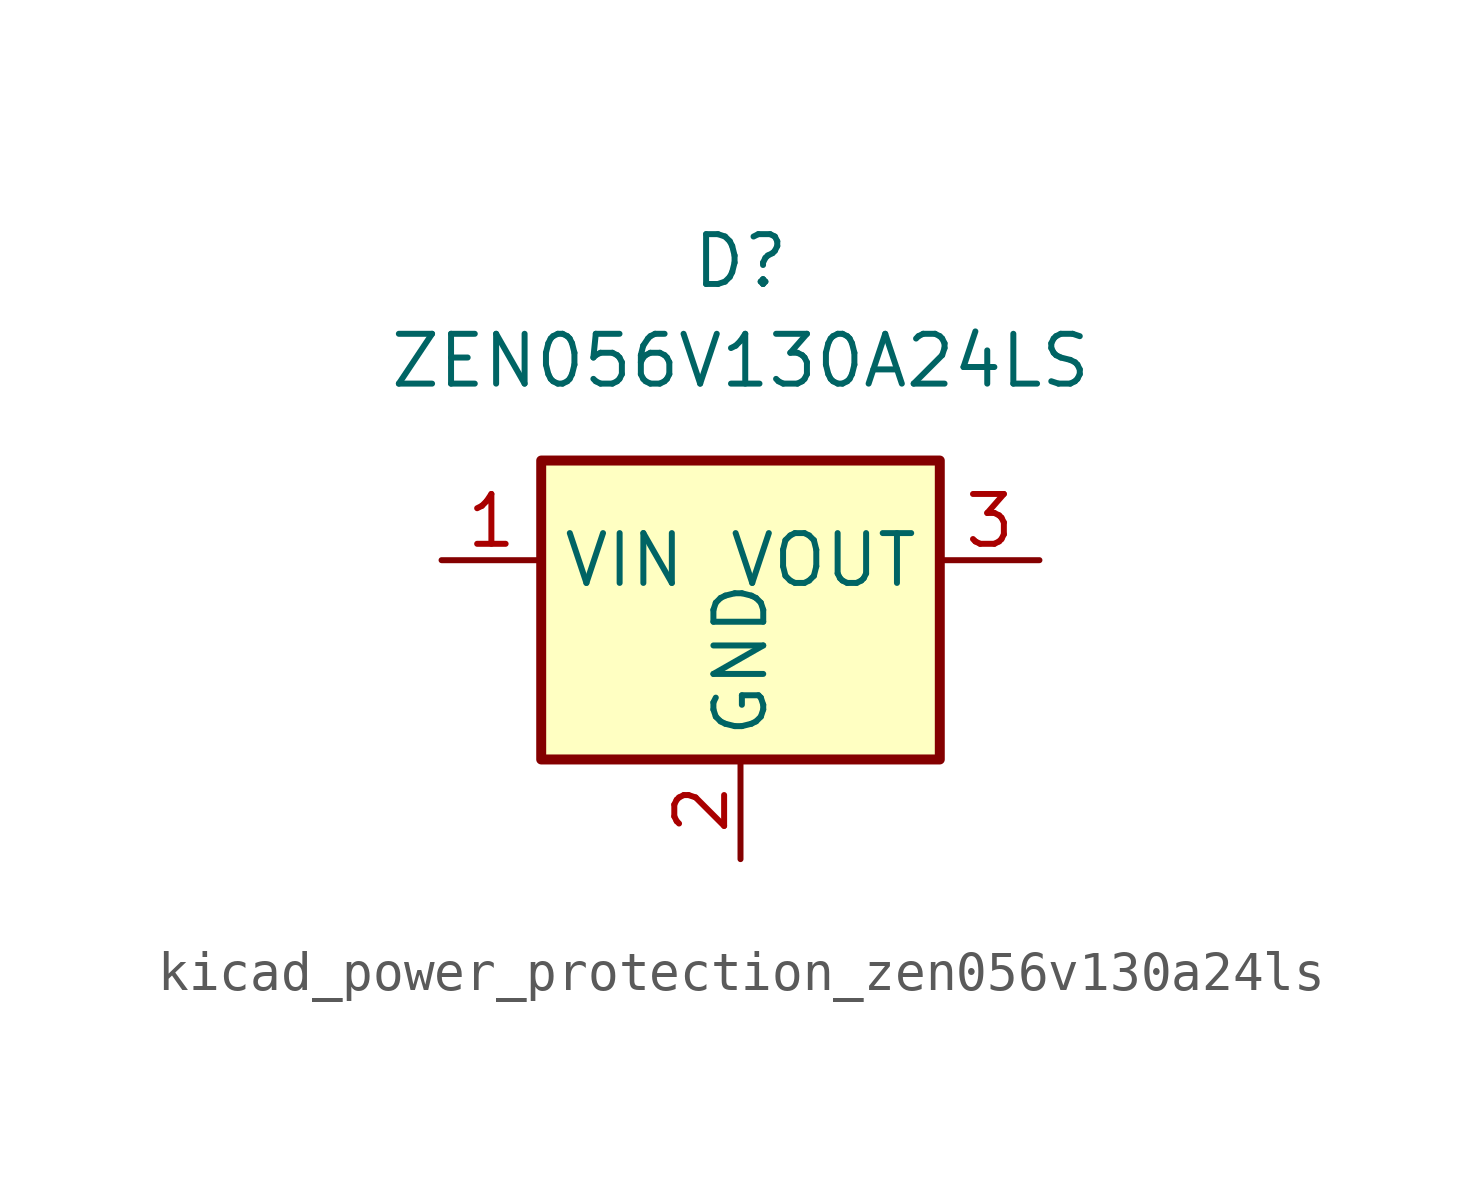
<source format=kicad_sym>
(kicad_symbol_lib
  (version 20220914)
  (generator kicad_symbol_editor)
  (symbol "kicad_power_protection_zen056v130a24ls"
    (property "Reference" "D"
      (at 0 10.16 0)
      (effects (font (size 1.27 1.27))))
    (property "Value" "ZEN056V130A24LS"
      (at 0 7.62 0)
      (effects (font (size 1.27 1.27))))
    (symbol "kicad_power_protection_zen056v130a24ls_0_1"
      (rectangle (start -5.08 5.08) (end 5.08 -2.54) (stroke (width 0.254) (type default)) (fill (type background))))
    (symbol "kicad_power_protection_zen056v130a24ls_1_1"
      (pin passive line (at -7.62 2.54 0) (length 2.54) (name "VIN" (effects (font (size 1.27 1.27)))) (number "1" (effects (font (size 1.27 1.27)))))
      (pin power_in line (at 0 -5.08 90) (length 2.54) (name "GND" (effects (font (size 1.27 1.27)))) (number "2" (effects (font (size 1.27 1.27)))))
      (pin passive line (at 7.62 2.54 180) (length 2.54) (name "VOUT" (effects (font (size 1.27 1.27)))) (number "3" (effects (font (size 1.27 1.27))))))))
</source>
